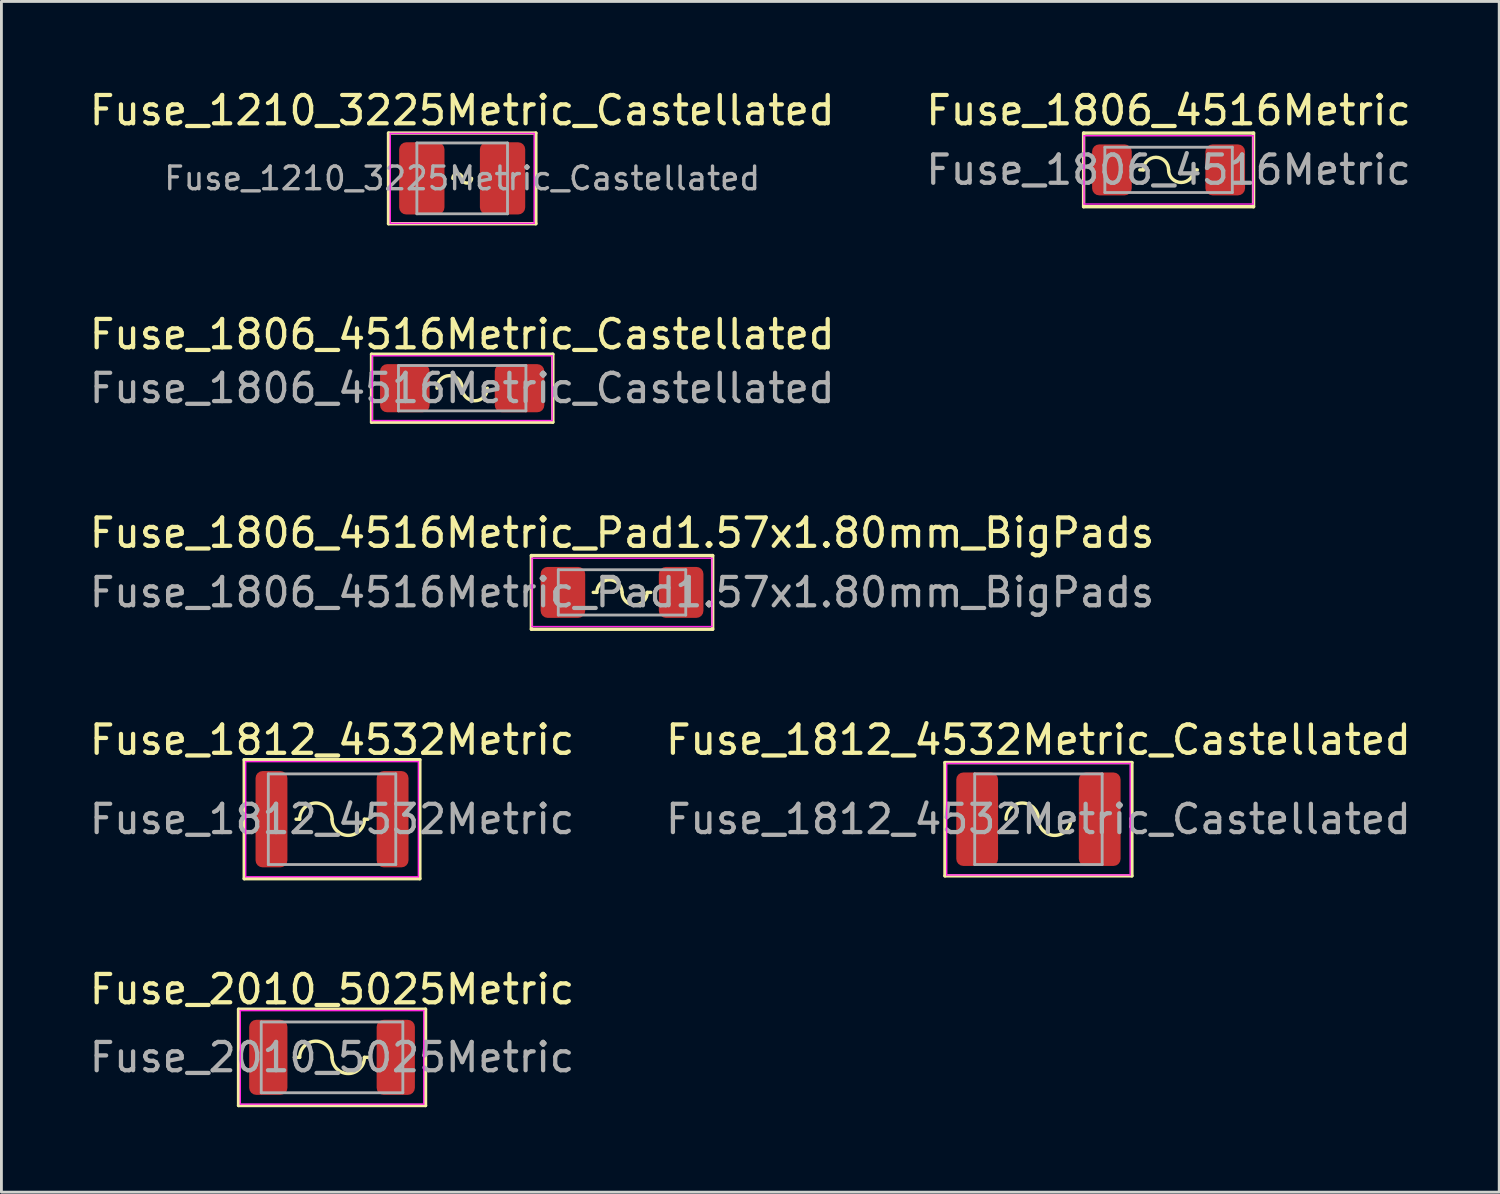
<source format=kicad_pcb>
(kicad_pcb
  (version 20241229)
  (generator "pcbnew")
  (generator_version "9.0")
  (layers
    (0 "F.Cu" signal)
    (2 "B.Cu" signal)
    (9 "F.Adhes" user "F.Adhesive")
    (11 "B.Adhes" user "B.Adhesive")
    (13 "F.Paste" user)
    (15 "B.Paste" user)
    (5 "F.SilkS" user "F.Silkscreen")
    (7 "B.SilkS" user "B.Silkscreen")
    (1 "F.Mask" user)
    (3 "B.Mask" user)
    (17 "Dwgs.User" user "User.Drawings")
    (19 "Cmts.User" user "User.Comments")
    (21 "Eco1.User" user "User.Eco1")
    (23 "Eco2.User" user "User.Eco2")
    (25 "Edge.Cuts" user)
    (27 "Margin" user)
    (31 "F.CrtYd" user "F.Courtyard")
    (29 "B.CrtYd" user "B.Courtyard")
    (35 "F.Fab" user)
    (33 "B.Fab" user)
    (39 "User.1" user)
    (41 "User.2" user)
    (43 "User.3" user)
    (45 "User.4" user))
  (footprint "Fuse_1806_4516Metric_Pad1.57x1.80mm_BigPads"
    (layer "F.Cu")
    (at 18.911 17.865)
    (property "Reference" "Fuse_1806_4516Metric_Pad1.57x1.80mm_BigPads" (at 0 -2.1 0) (layer "F.SilkS") (effects (font (size 1 1) (thickness 0.15))))
    (attr smd)
    (fp_line (start -3.2 -1.3) (end -3.2 1.3) (stroke (width 0.12) (type solid)) (layer "F.SilkS"))
    (fp_line (start -3.2 1.3) (end 3.2 1.3) (stroke (width 0.12) (type solid)) (layer "F.SilkS"))
    (fp_line (start -0.889 0) (end -1.016 0) (stroke (width 0.12) (type solid)) (layer "F.SilkS"))
    (fp_line (start 0.889 0) (end 1.016 0) (stroke (width 0.12) (type solid)) (layer "F.SilkS"))
    (fp_line (start 3.2 -1.3) (end -3.2 -1.3) (stroke (width 0.12) (type solid)) (layer "F.SilkS"))
    (fp_line (start 3.2 1.3) (end 3.2 -1.3) (stroke (width 0.12) (type solid)) (layer "F.SilkS"))
    (fp_arc (start -0.889 0) (mid -0.4445 -0.4445) (end 0 0) (stroke (width 0.12) (type solid)) (layer "F.SilkS"))
    (fp_arc (start 0.889 0) (mid 0.4445 0.4445) (end 0 0) (stroke (width 0.12) (type solid)) (layer "F.SilkS"))
    (fp_line (start -3.175 -1.206) (end 3.175 -1.206) (stroke (width 0.05) (type solid)) (layer "F.CrtYd"))
    (fp_line (start -3.175 1.206) (end -3.175 -1.206) (stroke (width 0.05) (type solid)) (layer "F.CrtYd"))
    (fp_line (start 3.175 -1.206) (end 3.175 1.206) (stroke (width 0.05) (type solid)) (layer "F.CrtYd"))
    (fp_line (start 3.175 1.206) (end -3.175 1.206) (stroke (width 0.05) (type solid)) (layer "F.CrtYd"))
    (fp_line (start -2.25 -0.8) (end 2.25 -0.8) (stroke (width 0.1) (type solid)) (layer "F.Fab"))
    (fp_line (start -2.25 0.8) (end -2.25 -0.8) (stroke (width 0.1) (type solid)) (layer "F.Fab"))
    (fp_line (start 2.25 -0.8) (end 2.25 0.8) (stroke (width 0.1) (type solid)) (layer "F.Fab"))
    (fp_line (start 2.25 0.8) (end -2.25 0.8) (stroke (width 0.1) (type solid)) (layer "F.Fab"))
    (fp_text user "${REFERENCE}" (at 0 0 0) (layer "F.Fab") (effects (font (size 1 1) (thickness 0.15))))
    (pad "1" smd roundrect (at -2.087 0) (size 1.575 1.8) (layers "F.Cu" "F.Mask" "F.Paste") (roundrect_rratio 0.159))
    (pad "2" smd roundrect (at 2.087 0) (size 1.575 1.8) (layers "F.Cu" "F.Mask" "F.Paste") (roundrect_rratio 0.159)))
  (footprint "Fuse_1806_4516Metric_Castellated"
    (layer "F.Cu")
    (at 13.268 10.656)
    (property "Reference" "Fuse_1806_4516Metric_Castellated" (at 0 -1.9 0) (layer "F.SilkS") (effects (font (size 1 1) (thickness 0.15))))
    (attr smd)
    (fp_line (start -3.2 -1.2) (end -3.2 1.2) (stroke (width 0.12) (type solid)) (layer "F.SilkS"))
    (fp_line (start -3.2 1.2) (end 3.2 1.2) (stroke (width 0.12) (type solid)) (layer "F.SilkS"))
    (fp_line (start 3.2 -1.2) (end -3.2 -1.2) (stroke (width 0.12) (type solid)) (layer "F.SilkS"))
    (fp_line (start 3.2 1.2) (end 3.2 -1.2) (stroke (width 0.12) (type solid)) (layer "F.SilkS"))
    (fp_arc (start -0.889 0) (mid -0.4445 -0.4445) (end 0 0) (stroke (width 0.12) (type solid)) (layer "F.SilkS"))
    (fp_arc (start 0.889 0) (mid 0.4445 0.4445) (end 0 0) (stroke (width 0.12) (type solid)) (layer "F.SilkS"))
    (fp_line (start -3.175 -1.143) (end 3.175 -1.143) (stroke (width 0.05) (type solid)) (layer "F.CrtYd"))
    (fp_line (start -3.175 1.143) (end -3.175 -1.143) (stroke (width 0.05) (type solid)) (layer "F.CrtYd"))
    (fp_line (start 3.175 -1.143) (end 3.175 1.143) (stroke (width 0.05) (type solid)) (layer "F.CrtYd"))
    (fp_line (start 3.175 1.143) (end -3.175 1.143) (stroke (width 0.05) (type solid)) (layer "F.CrtYd"))
    (fp_line (start -2.25 -0.8) (end 2.25 -0.8) (stroke (width 0.1) (type solid)) (layer "F.Fab"))
    (fp_line (start -2.25 0.8) (end -2.25 -0.8) (stroke (width 0.1) (type solid)) (layer "F.Fab"))
    (fp_line (start 2.25 -0.8) (end 2.25 0.8) (stroke (width 0.1) (type solid)) (layer "F.Fab"))
    (fp_line (start 2.25 0.8) (end -2.25 0.8) (stroke (width 0.1) (type solid)) (layer "F.Fab"))
    (fp_text user "${REFERENCE}" (at 0 0 0) (layer "F.Fab") (effects (font (size 1 1) (thickness 0.15))))
    (pad "1" smd roundrect (at -2.025 0) (size 1.75 1.7) (layers "F.Cu" "F.Mask" "F.Paste") (roundrect_rratio 0.147))
    (pad "2" smd roundrect (at 2.025 0) (size 1.75 1.7) (layers "F.Cu" "F.Mask" "F.Paste") (roundrect_rratio 0.147)))
  (footprint "Fuse_2010_5025Metric"
    (layer "F.Cu")
    (at 8.673 34.281)
    (property "Reference" "Fuse_2010_5025Metric" (at 0 -2.4 0) (layer "F.SilkS") (effects (font (size 1 1) (thickness 0.15))))
    (attr smd)
    (fp_line (start -3.3 -1.7) (end -3.3 1.7) (stroke (width 0.12) (type solid)) (layer "F.SilkS"))
    (fp_line (start -3.3 1.7) (end 3.3 1.7) (stroke (width 0.12) (type solid)) (layer "F.SilkS"))
    (fp_line (start -1.143 0) (end -1.333 0) (stroke (width 0.12) (type solid)) (layer "F.SilkS"))
    (fp_line (start 1.143 0) (end 1.333 0) (stroke (width 0.12) (type solid)) (layer "F.SilkS"))
    (fp_line (start 3.3 -1.7) (end -3.3 -1.7) (stroke (width 0.12) (type solid)) (layer "F.SilkS"))
    (fp_line (start 3.3 1.7) (end 3.3 -1.7) (stroke (width 0.12) (type solid)) (layer "F.SilkS"))
    (fp_arc (start -1.143 0) (mid -0.5715 -0.5715) (end 0 0) (stroke (width 0.12) (type solid)) (layer "F.SilkS"))
    (fp_arc (start 1.143 0) (mid 0.5715 0.5715) (end 0 0) (stroke (width 0.12) (type solid)) (layer "F.SilkS"))
    (fp_line (start -3.239 -1.651) (end 3.239 -1.651) (stroke (width 0.05) (type solid)) (layer "F.CrtYd"))
    (fp_line (start -3.239 1.651) (end -3.239 -1.651) (stroke (width 0.05) (type solid)) (layer "F.CrtYd"))
    (fp_line (start 3.239 -1.651) (end 3.239 1.651) (stroke (width 0.05) (type solid)) (layer "F.CrtYd"))
    (fp_line (start 3.239 1.651) (end -3.239 1.651) (stroke (width 0.05) (type solid)) (layer "F.CrtYd"))
    (fp_line (start -2.5 -1.25) (end 2.5 -1.25) (stroke (width 0.1) (type solid)) (layer "F.Fab"))
    (fp_line (start -2.5 1.25) (end -2.5 -1.25) (stroke (width 0.1) (type solid)) (layer "F.Fab"))
    (fp_line (start 2.5 -1.25) (end 2.5 1.25) (stroke (width 0.1) (type solid)) (layer "F.Fab"))
    (fp_line (start 2.5 1.25) (end -2.5 1.25) (stroke (width 0.1) (type solid)) (layer "F.Fab"))
    (fp_text user "${REFERENCE}" (at 0 0 0) (layer "F.Fab") (effects (font (size 1 1) (thickness 0.15))))
    (pad "1" smd roundrect (at -2.25 0) (size 1.35 2.65) (layers "F.Cu" "F.Mask" "F.Paste") (roundrect_rratio 0.185))
    (pad "2" smd roundrect (at 2.25 0) (size 1.35 2.65) (layers "F.Cu" "F.Mask" "F.Paste") (roundrect_rratio 0.185)))
  (footprint "Fuse_1210_3225Metric_Castellated"
    (layer "F.Cu")
    (at 13.268 3.248)
    (property "Reference" "Fuse_1210_3225Metric_Castellated" (at 0 -2.4 0) (layer "F.SilkS") (effects (font (size 1 1) (thickness 0.15))))
    (attr smd)
    (fp_line (start -2.6 -1.6) (end -2.6 1.6) (stroke (width 0.12) (type solid)) (layer "F.SilkS"))
    (fp_line (start -2.6 1.6) (end 2.6 1.6) (stroke (width 0.12) (type solid)) (layer "F.SilkS"))
    (fp_line (start 2.6 -1.6) (end -2.6 -1.6) (stroke (width 0.12) (type solid)) (layer "F.SilkS"))
    (fp_line (start 2.6 1.6) (end 2.6 -1.6) (stroke (width 0.12) (type solid)) (layer "F.SilkS"))
    (fp_arc (start -0.3302 0) (mid -0.1651 -0.1651) (end 0 0) (stroke (width 0.12) (type solid)) (layer "F.SilkS"))
    (fp_arc (start 0.3302 0) (mid 0.1651 0.1651) (end 0 0) (stroke (width 0.12) (type solid)) (layer "F.SilkS"))
    (fp_line (start -2.54 -1.587) (end 2.54 -1.587) (stroke (width 0.05) (type solid)) (layer "F.CrtYd"))
    (fp_line (start -2.54 1.587) (end -2.54 -1.587) (stroke (width 0.05) (type solid)) (layer "F.CrtYd"))
    (fp_line (start 2.54 -1.587) (end 2.54 1.587) (stroke (width 0.05) (type solid)) (layer "F.CrtYd"))
    (fp_line (start 2.54 1.587) (end -2.54 1.587) (stroke (width 0.05) (type solid)) (layer "F.CrtYd"))
    (fp_line (start -1.6 -1.25) (end 1.6 -1.25) (stroke (width 0.1) (type solid)) (layer "F.Fab"))
    (fp_line (start -1.6 1.25) (end -1.6 -1.25) (stroke (width 0.1) (type solid)) (layer "F.Fab"))
    (fp_line (start 1.6 -1.25) (end 1.6 1.25) (stroke (width 0.1) (type solid)) (layer "F.Fab"))
    (fp_line (start 1.6 1.25) (end -1.6 1.25) (stroke (width 0.1) (type solid)) (layer "F.Fab"))
    (fp_text user "${REFERENCE}" (at 0 0 0) (layer "F.Fab") (effects (font (size 0.8 0.8) (thickness 0.12))))
    (pad "1" smd roundrect (at -1.425 0) (size 1.6 2.55) (layers "F.Cu" "F.Mask" "F.Paste") (roundrect_rratio 0.156))
    (pad "2" smd roundrect (at 1.425 0) (size 1.6 2.55) (layers "F.Cu" "F.Mask" "F.Paste") (roundrect_rratio 0.156)))
  (footprint "Fuse_1812_4532Metric_Castellated"
    (layer "F.Cu")
    (at 33.613 25.873)
    (property "Reference" "Fuse_1812_4532Metric_Castellated" (at 0 -2.8 0) (layer "F.SilkS") (effects (font (size 1 1) (thickness 0.15))))
    (attr smd)
    (fp_line (start -3.3 -2) (end -3.3 2) (stroke (width 0.12) (type solid)) (layer "F.SilkS"))
    (fp_line (start -3.3 2) (end 3.3 2) (stroke (width 0.12) (type solid)) (layer "F.SilkS"))
    (fp_line (start 3.3 -2) (end -3.3 -2) (stroke (width 0.12) (type solid)) (layer "F.SilkS"))
    (fp_line (start 3.3 2) (end 3.3 -2) (stroke (width 0.12) (type solid)) (layer "F.SilkS"))
    (fp_arc (start -1.143 0) (mid -0.5715 -0.5715) (end 0 0) (stroke (width 0.12) (type solid)) (layer "F.SilkS"))
    (fp_arc (start 1.143 0) (mid 0.5715 0.5715) (end 0 0) (stroke (width 0.12) (type solid)) (layer "F.SilkS"))
    (fp_line (start -3.239 -1.968) (end 3.239 -1.968) (stroke (width 0.05) (type solid)) (layer "F.CrtYd"))
    (fp_line (start -3.239 1.968) (end -3.239 -1.968) (stroke (width 0.05) (type solid)) (layer "F.CrtYd"))
    (fp_line (start 3.239 -1.968) (end 3.239 1.968) (stroke (width 0.05) (type solid)) (layer "F.CrtYd"))
    (fp_line (start 3.239 1.968) (end -3.239 1.968) (stroke (width 0.05) (type solid)) (layer "F.CrtYd"))
    (fp_line (start -2.25 -1.6) (end 2.25 -1.6) (stroke (width 0.1) (type solid)) (layer "F.Fab"))
    (fp_line (start -2.25 1.6) (end -2.25 -1.6) (stroke (width 0.1) (type solid)) (layer "F.Fab"))
    (fp_line (start 2.25 -1.6) (end 2.25 1.6) (stroke (width 0.1) (type solid)) (layer "F.Fab"))
    (fp_line (start 2.25 1.6) (end -2.25 1.6) (stroke (width 0.1) (type solid)) (layer "F.Fab"))
    (fp_text user "${REFERENCE}" (at 0 0 0) (layer "F.Fab") (effects (font (size 1 1) (thickness 0.15))))
    (pad "1" smd roundrect (at -2.163 0) (size 1.475 3.3) (layers "F.Cu" "F.Mask" "F.Paste") (roundrect_rratio 0.169))
    (pad "2" smd roundrect (at 2.163 0) (size 1.475 3.3) (layers "F.Cu" "F.Mask" "F.Paste") (roundrect_rratio 0.169)))
  (footprint "Fuse_1812_4532Metric"
    (layer "F.Cu")
    (at 8.673 25.873)
    (property "Reference" "Fuse_1812_4532Metric" (at 0 -2.8 0) (layer "F.SilkS") (effects (font (size 1 1) (thickness 0.15))))
    (attr smd)
    (fp_line (start -3.1 -2.1) (end -3.1 2.1) (stroke (width 0.12) (type solid)) (layer "F.SilkS"))
    (fp_line (start -3.1 2.1) (end 3.1 2.1) (stroke (width 0.12) (type solid)) (layer "F.SilkS"))
    (fp_line (start -1.143 0) (end -1.27 0) (stroke (width 0.12) (type solid)) (layer "F.SilkS"))
    (fp_line (start 1.143 0) (end 1.27 0) (stroke (width 0.12) (type solid)) (layer "F.SilkS"))
    (fp_line (start 3.1 -2.1) (end -3.1 -2.1) (stroke (width 0.12) (type solid)) (layer "F.SilkS"))
    (fp_line (start 3.1 2.1) (end 3.1 -2.1) (stroke (width 0.12) (type solid)) (layer "F.SilkS"))
    (fp_arc (start -1.143 0) (mid -0.5715 -0.5715) (end 0 0) (stroke (width 0.12) (type solid)) (layer "F.SilkS"))
    (fp_arc (start 1.143 0) (mid 0.5715 0.5715) (end 0 0) (stroke (width 0.12) (type solid)) (layer "F.SilkS"))
    (fp_line (start -3.048 -2.032) (end 3.048 -2.032) (stroke (width 0.05) (type solid)) (layer "F.CrtYd"))
    (fp_line (start -3.048 2.032) (end -3.048 -2.032) (stroke (width 0.05) (type solid)) (layer "F.CrtYd"))
    (fp_line (start 3.048 -2.032) (end 3.048 2.032) (stroke (width 0.05) (type solid)) (layer "F.CrtYd"))
    (fp_line (start 3.048 2.032) (end -3.048 2.032) (stroke (width 0.05) (type solid)) (layer "F.CrtYd"))
    (fp_line (start -2.25 -1.6) (end 2.25 -1.6) (stroke (width 0.1) (type solid)) (layer "F.Fab"))
    (fp_line (start -2.25 1.6) (end -2.25 -1.6) (stroke (width 0.1) (type solid)) (layer "F.Fab"))
    (fp_line (start 2.25 -1.6) (end 2.25 1.6) (stroke (width 0.1) (type solid)) (layer "F.Fab"))
    (fp_line (start 2.25 1.6) (end -2.25 1.6) (stroke (width 0.1) (type solid)) (layer "F.Fab"))
    (fp_text user "${REFERENCE}" (at 0 0 0) (layer "F.Fab") (effects (font (size 1 1) (thickness 0.15))))
    (pad "1" smd roundrect (at -2.138 0) (size 1.125 3.4) (layers "F.Cu" "F.Mask" "F.Paste") (roundrect_rratio 0.222))
    (pad "2" smd roundrect (at 2.138 0) (size 1.125 3.4) (layers "F.Cu" "F.Mask" "F.Paste") (roundrect_rratio 0.222)))
  (footprint "Fuse_1806_4516Metric"
    (layer "F.Cu")
    (at 38.208 2.948)
    (property "Reference" "Fuse_1806_4516Metric" (at 0 -2.1 0) (layer "F.SilkS") (effects (font (size 1 1) (thickness 0.15))))
    (attr smd)
    (fp_line (start -3 -1.3) (end -3 1.3) (stroke (width 0.12) (type solid)) (layer "F.SilkS"))
    (fp_line (start -3 1.3) (end 3 1.3) (stroke (width 0.12) (type solid)) (layer "F.SilkS"))
    (fp_line (start -0.889 0) (end -1.016 0) (stroke (width 0.12) (type solid)) (layer "F.SilkS"))
    (fp_line (start 0.889 0) (end 1.016 0) (stroke (width 0.12) (type solid)) (layer "F.SilkS"))
    (fp_line (start 3 -1.3) (end -3 -1.3) (stroke (width 0.12) (type solid)) (layer "F.SilkS"))
    (fp_line (start 3 1.3) (end 3 -1.3) (stroke (width 0.12) (type solid)) (layer "F.SilkS"))
    (fp_arc (start -0.889 0) (mid -0.4445 -0.4445) (end 0 0) (stroke (width 0.12) (type solid)) (layer "F.SilkS"))
    (fp_arc (start 0.889 0) (mid 0.4445 0.4445) (end 0 0) (stroke (width 0.12) (type solid)) (layer "F.SilkS"))
    (fp_line (start -2.985 -1.206) (end 2.985 -1.206) (stroke (width 0.05) (type solid)) (layer "F.CrtYd"))
    (fp_line (start -2.985 1.206) (end -2.985 -1.206) (stroke (width 0.05) (type solid)) (layer "F.CrtYd"))
    (fp_line (start 2.985 -1.206) (end 2.985 1.206) (stroke (width 0.05) (type solid)) (layer "F.CrtYd"))
    (fp_line (start 2.985 1.206) (end -2.985 1.206) (stroke (width 0.05) (type solid)) (layer "F.CrtYd"))
    (fp_line (start -2.25 -0.8) (end 2.25 -0.8) (stroke (width 0.1) (type solid)) (layer "F.Fab"))
    (fp_line (start -2.25 0.8) (end -2.25 -0.8) (stroke (width 0.1) (type solid)) (layer "F.Fab"))
    (fp_line (start 2.25 -0.8) (end 2.25 0.8) (stroke (width 0.1) (type solid)) (layer "F.Fab"))
    (fp_line (start 2.25 0.8) (end -2.25 0.8) (stroke (width 0.1) (type solid)) (layer "F.Fab"))
    (fp_text user "${REFERENCE}" (at 0 0 0) (layer "F.Fab") (effects (font (size 1 1) (thickness 0.15))))
    (pad "1" smd roundrect (at -2 0) (size 1.4 1.8) (layers "F.Cu" "F.Mask" "F.Paste") (roundrect_rratio 0.179))
    (pad "2" smd roundrect (at 2 0) (size 1.4 1.8) (layers "F.Cu" "F.Mask" "F.Paste") (roundrect_rratio 0.179)))
  (gr_rect
    (start -3 -3)
    (end 49.881 39.041)
    (stroke (width 0.1) (type default))
    (fill no)
    (layer "Edge.Cuts")))
</source>
